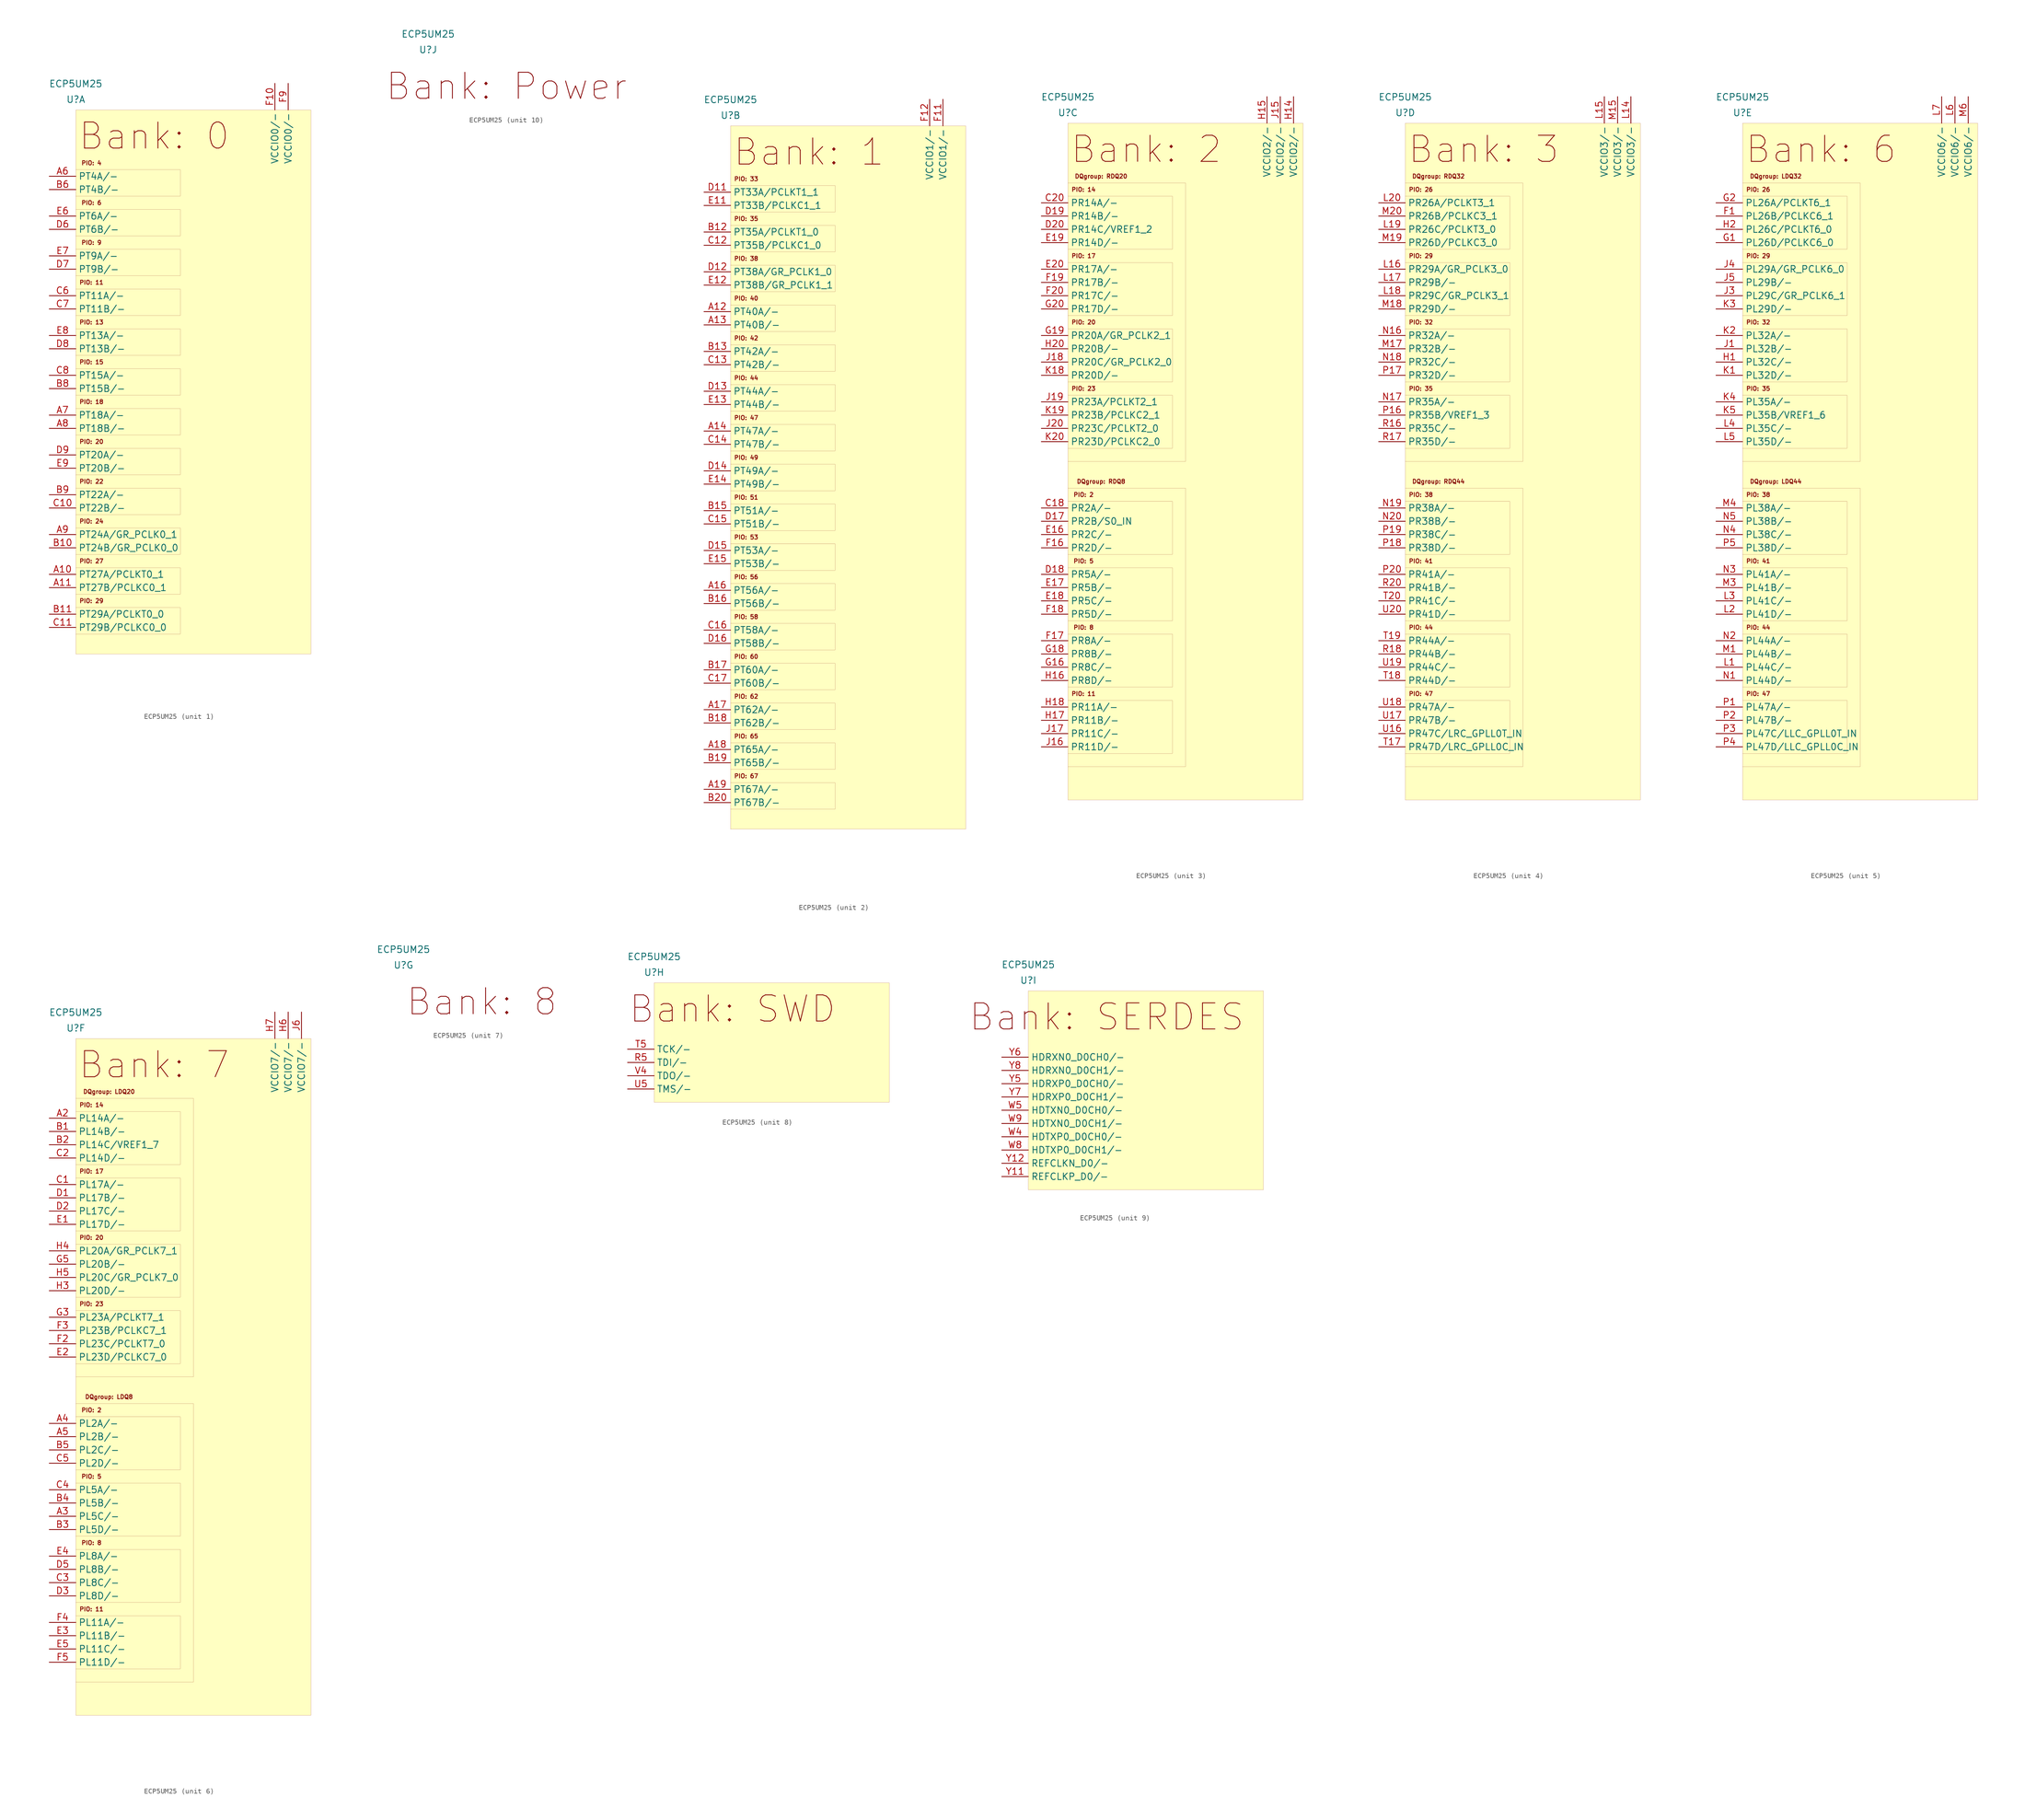
<source format=kicad_sym>
(kicad_symbol_lib
  (version 20201005)
  (generator kicad_symbol_editor)
  (symbol "ECP5UM25:ECP5UM25"
    (property "Reference" "U"
      (at 0 2 0)
      (effects (font (size 1.27 1.27))))
    (property "Value" "ECP5UM25"
      (at 0 5 0)
      (effects (font (size 1.27 1.27))))
    (symbol "ECP5UM25_1_0"
      (text "Bank: 0" (at 15 -5 0) (effects (font (size 5 5))))
      (pin input line (at -5.08 -12.7 0) (length 5.08) (name "PT4A/-" (effects (font (size 1.27 1.27)))) (number "A6" (effects (font (size 1.27 1.27)))))
      (pin input line (at -5.08 -15.24 0) (length 5.08) (name "PT4B/-" (effects (font (size 1.27 1.27)))) (number "B6" (effects (font (size 1.27 1.27)))))
      (text "PIO: 4" (at 3 -10.16 0) (effects (font (size 0.8 0.8))))
      (polyline (pts (xy 0 -16.51) (xy 20 -16.51) (xy 20 -11.43) (xy 0 -11.43)) (stroke (width 0.001)) (fill (type none)))
      (pin input line (at -5.08 -20.32 0) (length 5.08) (name "PT6A/-" (effects (font (size 1.27 1.27)))) (number "E6" (effects (font (size 1.27 1.27)))))
      (pin input line (at -5.08 -22.86 0) (length 5.08) (name "PT6B/-" (effects (font (size 1.27 1.27)))) (number "D6" (effects (font (size 1.27 1.27)))))
      (text "PIO: 6" (at 3 -17.78 0) (effects (font (size 0.8 0.8))))
      (polyline (pts (xy 0 -24.13) (xy 20 -24.13) (xy 20 -19.05) (xy 0 -19.05)) (stroke (width 0.001)) (fill (type none)))
      (pin input line (at -5.08 -27.94 0) (length 5.08) (name "PT9A/-" (effects (font (size 1.27 1.27)))) (number "E7" (effects (font (size 1.27 1.27)))))
      (pin input line (at -5.08 -30.48 0) (length 5.08) (name "PT9B/-" (effects (font (size 1.27 1.27)))) (number "D7" (effects (font (size 1.27 1.27)))))
      (text "PIO: 9" (at 3 -25.4 0) (effects (font (size 0.8 0.8))))
      (polyline (pts (xy 0 -31.75) (xy 20 -31.75) (xy 20 -26.67) (xy 0 -26.67)) (stroke (width 0.001)) (fill (type none)))
      (pin input line (at -5.08 -35.56 0) (length 5.08) (name "PT11A/-" (effects (font (size 1.27 1.27)))) (number "C6" (effects (font (size 1.27 1.27)))))
      (pin input line (at -5.08 -38.1 0) (length 5.08) (name "PT11B/-" (effects (font (size 1.27 1.27)))) (number "C7" (effects (font (size 1.27 1.27)))))
      (text "PIO: 11" (at 3 -33.02 0) (effects (font (size 0.8 0.8))))
      (polyline (pts (xy 0 -39.37) (xy 20 -39.37) (xy 20 -34.29) (xy 0 -34.29)) (stroke (width 0.001)) (fill (type none)))
      (pin input line (at -5.08 -43.18 0) (length 5.08) (name "PT13A/-" (effects (font (size 1.27 1.27)))) (number "E8" (effects (font (size 1.27 1.27)))))
      (pin input line (at -5.08 -45.72 0) (length 5.08) (name "PT13B/-" (effects (font (size 1.27 1.27)))) (number "D8" (effects (font (size 1.27 1.27)))))
      (text "PIO: 13" (at 3 -40.64 0) (effects (font (size 0.8 0.8))))
      (polyline (pts (xy 0 -46.99) (xy 20 -46.99) (xy 20 -41.91) (xy 0 -41.91)) (stroke (width 0.001)) (fill (type none)))
      (pin input line (at -5.08 -50.8 0) (length 5.08) (name "PT15A/-" (effects (font (size 1.27 1.27)))) (number "C8" (effects (font (size 1.27 1.27)))))
      (pin input line (at -5.08 -53.34 0) (length 5.08) (name "PT15B/-" (effects (font (size 1.27 1.27)))) (number "B8" (effects (font (size 1.27 1.27)))))
      (text "PIO: 15" (at 3 -48.26 0) (effects (font (size 0.8 0.8))))
      (polyline (pts (xy 0 -54.61) (xy 20 -54.61) (xy 20 -49.53) (xy 0 -49.53)) (stroke (width 0.001)) (fill (type none)))
      (pin input line (at -5.08 -58.42 0) (length 5.08) (name "PT18A/-" (effects (font (size 1.27 1.27)))) (number "A7" (effects (font (size 1.27 1.27)))))
      (pin input line (at -5.08 -60.96 0) (length 5.08) (name "PT18B/-" (effects (font (size 1.27 1.27)))) (number "A8" (effects (font (size 1.27 1.27)))))
      (text "PIO: 18" (at 3 -55.88 0) (effects (font (size 0.8 0.8))))
      (polyline (pts (xy 0 -62.23) (xy 20 -62.23) (xy 20 -57.15) (xy 0 -57.15)) (stroke (width 0.001)) (fill (type none)))
      (pin input line (at -5.08 -66.04 0) (length 5.08) (name "PT20A/-" (effects (font (size 1.27 1.27)))) (number "D9" (effects (font (size 1.27 1.27)))))
      (pin input line (at -5.08 -68.58 0) (length 5.08) (name "PT20B/-" (effects (font (size 1.27 1.27)))) (number "E9" (effects (font (size 1.27 1.27)))))
      (text "PIO: 20" (at 3 -63.5 0) (effects (font (size 0.8 0.8))))
      (polyline (pts (xy 0 -69.85) (xy 20 -69.85) (xy 20 -64.77) (xy 0 -64.77)) (stroke (width 0.001)) (fill (type none)))
      (pin input line (at -5.08 -73.66 0) (length 5.08) (name "PT22A/-" (effects (font (size 1.27 1.27)))) (number "B9" (effects (font (size 1.27 1.27)))))
      (pin input line (at -5.08 -76.2 0) (length 5.08) (name "PT22B/-" (effects (font (size 1.27 1.27)))) (number "C10" (effects (font (size 1.27 1.27)))))
      (text "PIO: 22" (at 3 -71.12 0) (effects (font (size 0.8 0.8))))
      (polyline (pts (xy 0 -77.47) (xy 20 -77.47) (xy 20 -72.39) (xy 0 -72.39)) (stroke (width 0.001)) (fill (type none)))
      (pin input line (at -5.08 -81.28 0) (length 5.08) (name "PT24A/GR_PCLK0_1" (effects (font (size 1.27 1.27)))) (number "A9" (effects (font (size 1.27 1.27)))))
      (pin input line (at -5.08 -83.82 0) (length 5.08) (name "PT24B/GR_PCLK0_0" (effects (font (size 1.27 1.27)))) (number "B10" (effects (font (size 1.27 1.27)))))
      (text "PIO: 24" (at 3 -78.74 0) (effects (font (size 0.8 0.8))))
      (polyline (pts (xy 0 -85.09) (xy 20 -85.09) (xy 20 -80.01) (xy 0 -80.01)) (stroke (width 0.001)) (fill (type none)))
      (pin input line (at -5.08 -88.9 0) (length 5.08) (name "PT27A/PCLKT0_1" (effects (font (size 1.27 1.27)))) (number "A10" (effects (font (size 1.27 1.27)))))
      (pin input line (at -5.08 -91.44 0) (length 5.08) (name "PT27B/PCLKC0_1" (effects (font (size 1.27 1.27)))) (number "A11" (effects (font (size 1.27 1.27)))))
      (text "PIO: 27" (at 3 -86.36 0) (effects (font (size 0.8 0.8))))
      (polyline (pts (xy 0 -92.71) (xy 20 -92.71) (xy 20 -87.63) (xy 0 -87.63)) (stroke (width 0.001)) (fill (type none)))
      (pin input line (at -5.08 -96.52 0) (length 5.08) (name "PT29A/PCLKT0_0" (effects (font (size 1.27 1.27)))) (number "B11" (effects (font (size 1.27 1.27)))))
      (pin input line (at -5.08 -99.06 0) (length 5.08) (name "PT29B/PCLKC0_0" (effects (font (size 1.27 1.27)))) (number "C11" (effects (font (size 1.27 1.27)))))
      (text "PIO: 29" (at 3 -93.98 0) (effects (font (size 0.8 0.8))))
      (polyline (pts (xy 0 -100.33) (xy 20 -100.33) (xy 20 -95.25) (xy 0 -95.25)) (stroke (width 0.001)) (fill (type none)))
      (rectangle (start 0 0) (end 45 -104.14) (stroke (width 0.001)) (fill (type background)))
      (pin input line (at 38.1 5.08 270) (length 5.08) (name "VCCIO0/-" (effects (font (size 1.27 1.27)))) (number "F10" (effects (font (size 1.27 1.27)))))
      (pin input line (at 40.64 5.08 270) (length 5.08) (name "VCCIO0/-" (effects (font (size 1.27 1.27)))) (number "F9" (effects (font (size 1.27 1.27))))))
    (symbol "ECP5UM25_2_0"
      (text "Bank: 1" (at 15 -5 0) (effects (font (size 5 5))))
      (pin input line (at -5.08 -12.7 0) (length 5.08) (name "PT33A/PCLKT1_1" (effects (font (size 1.27 1.27)))) (number "D11" (effects (font (size 1.27 1.27)))))
      (pin input line (at -5.08 -15.24 0) (length 5.08) (name "PT33B/PCLKC1_1" (effects (font (size 1.27 1.27)))) (number "E11" (effects (font (size 1.27 1.27)))))
      (text "PIO: 33" (at 3 -10.16 0) (effects (font (size 0.8 0.8))))
      (polyline (pts (xy 0 -16.51) (xy 20 -16.51) (xy 20 -11.43) (xy 0 -11.43)) (stroke (width 0.001)) (fill (type none)))
      (pin input line (at -5.08 -20.32 0) (length 5.08) (name "PT35A/PCLKT1_0" (effects (font (size 1.27 1.27)))) (number "B12" (effects (font (size 1.27 1.27)))))
      (pin input line (at -5.08 -22.86 0) (length 5.08) (name "PT35B/PCLKC1_0" (effects (font (size 1.27 1.27)))) (number "C12" (effects (font (size 1.27 1.27)))))
      (text "PIO: 35" (at 3 -17.78 0) (effects (font (size 0.8 0.8))))
      (polyline (pts (xy 0 -24.13) (xy 20 -24.13) (xy 20 -19.05) (xy 0 -19.05)) (stroke (width 0.001)) (fill (type none)))
      (pin input line (at -5.08 -27.94 0) (length 5.08) (name "PT38A/GR_PCLK1_0" (effects (font (size 1.27 1.27)))) (number "D12" (effects (font (size 1.27 1.27)))))
      (pin input line (at -5.08 -30.48 0) (length 5.08) (name "PT38B/GR_PCLK1_1" (effects (font (size 1.27 1.27)))) (number "E12" (effects (font (size 1.27 1.27)))))
      (text "PIO: 38" (at 3 -25.4 0) (effects (font (size 0.8 0.8))))
      (polyline (pts (xy 0 -31.75) (xy 20 -31.75) (xy 20 -26.67) (xy 0 -26.67)) (stroke (width 0.001)) (fill (type none)))
      (pin input line (at -5.08 -35.56 0) (length 5.08) (name "PT40A/-" (effects (font (size 1.27 1.27)))) (number "A12" (effects (font (size 1.27 1.27)))))
      (pin input line (at -5.08 -38.1 0) (length 5.08) (name "PT40B/-" (effects (font (size 1.27 1.27)))) (number "A13" (effects (font (size 1.27 1.27)))))
      (text "PIO: 40" (at 3 -33.02 0) (effects (font (size 0.8 0.8))))
      (polyline (pts (xy 0 -39.37) (xy 20 -39.37) (xy 20 -34.29) (xy 0 -34.29)) (stroke (width 0.001)) (fill (type none)))
      (pin input line (at -5.08 -43.18 0) (length 5.08) (name "PT42A/-" (effects (font (size 1.27 1.27)))) (number "B13" (effects (font (size 1.27 1.27)))))
      (pin input line (at -5.08 -45.72 0) (length 5.08) (name "PT42B/-" (effects (font (size 1.27 1.27)))) (number "C13" (effects (font (size 1.27 1.27)))))
      (text "PIO: 42" (at 3 -40.64 0) (effects (font (size 0.8 0.8))))
      (polyline (pts (xy 0 -46.99) (xy 20 -46.99) (xy 20 -41.91) (xy 0 -41.91)) (stroke (width 0.001)) (fill (type none)))
      (pin input line (at -5.08 -50.8 0) (length 5.08) (name "PT44A/-" (effects (font (size 1.27 1.27)))) (number "D13" (effects (font (size 1.27 1.27)))))
      (pin input line (at -5.08 -53.34 0) (length 5.08) (name "PT44B/-" (effects (font (size 1.27 1.27)))) (number "E13" (effects (font (size 1.27 1.27)))))
      (text "PIO: 44" (at 3 -48.26 0) (effects (font (size 0.8 0.8))))
      (polyline (pts (xy 0 -54.61) (xy 20 -54.61) (xy 20 -49.53) (xy 0 -49.53)) (stroke (width 0.001)) (fill (type none)))
      (pin input line (at -5.08 -58.42 0) (length 5.08) (name "PT47A/-" (effects (font (size 1.27 1.27)))) (number "A14" (effects (font (size 1.27 1.27)))))
      (pin input line (at -5.08 -60.96 0) (length 5.08) (name "PT47B/-" (effects (font (size 1.27 1.27)))) (number "C14" (effects (font (size 1.27 1.27)))))
      (text "PIO: 47" (at 3 -55.88 0) (effects (font (size 0.8 0.8))))
      (polyline (pts (xy 0 -62.23) (xy 20 -62.23) (xy 20 -57.15) (xy 0 -57.15)) (stroke (width 0.001)) (fill (type none)))
      (pin input line (at -5.08 -66.04 0) (length 5.08) (name "PT49A/-" (effects (font (size 1.27 1.27)))) (number "D14" (effects (font (size 1.27 1.27)))))
      (pin input line (at -5.08 -68.58 0) (length 5.08) (name "PT49B/-" (effects (font (size 1.27 1.27)))) (number "E14" (effects (font (size 1.27 1.27)))))
      (text "PIO: 49" (at 3 -63.5 0) (effects (font (size 0.8 0.8))))
      (polyline (pts (xy 0 -69.85) (xy 20 -69.85) (xy 20 -64.77) (xy 0 -64.77)) (stroke (width 0.001)) (fill (type none)))
      (pin input line (at -5.08 -73.66 0) (length 5.08) (name "PT51A/-" (effects (font (size 1.27 1.27)))) (number "B15" (effects (font (size 1.27 1.27)))))
      (pin input line (at -5.08 -76.2 0) (length 5.08) (name "PT51B/-" (effects (font (size 1.27 1.27)))) (number "C15" (effects (font (size 1.27 1.27)))))
      (text "PIO: 51" (at 3 -71.12 0) (effects (font (size 0.8 0.8))))
      (polyline (pts (xy 0 -77.47) (xy 20 -77.47) (xy 20 -72.39) (xy 0 -72.39)) (stroke (width 0.001)) (fill (type none)))
      (pin input line (at -5.08 -81.28 0) (length 5.08) (name "PT53A/-" (effects (font (size 1.27 1.27)))) (number "D15" (effects (font (size 1.27 1.27)))))
      (pin input line (at -5.08 -83.82 0) (length 5.08) (name "PT53B/-" (effects (font (size 1.27 1.27)))) (number "E15" (effects (font (size 1.27 1.27)))))
      (text "PIO: 53" (at 3 -78.74 0) (effects (font (size 0.8 0.8))))
      (polyline (pts (xy 0 -85.09) (xy 20 -85.09) (xy 20 -80.01) (xy 0 -80.01)) (stroke (width 0.001)) (fill (type none)))
      (pin input line (at -5.08 -88.9 0) (length 5.08) (name "PT56A/-" (effects (font (size 1.27 1.27)))) (number "A16" (effects (font (size 1.27 1.27)))))
      (pin input line (at -5.08 -91.44 0) (length 5.08) (name "PT56B/-" (effects (font (size 1.27 1.27)))) (number "B16" (effects (font (size 1.27 1.27)))))
      (text "PIO: 56" (at 3 -86.36 0) (effects (font (size 0.8 0.8))))
      (polyline (pts (xy 0 -92.71) (xy 20 -92.71) (xy 20 -87.63) (xy 0 -87.63)) (stroke (width 0.001)) (fill (type none)))
      (pin input line (at -5.08 -96.52 0) (length 5.08) (name "PT58A/-" (effects (font (size 1.27 1.27)))) (number "C16" (effects (font (size 1.27 1.27)))))
      (pin input line (at -5.08 -99.06 0) (length 5.08) (name "PT58B/-" (effects (font (size 1.27 1.27)))) (number "D16" (effects (font (size 1.27 1.27)))))
      (text "PIO: 58" (at 3 -93.98 0) (effects (font (size 0.8 0.8))))
      (polyline (pts (xy 0 -100.33) (xy 20 -100.33) (xy 20 -95.25) (xy 0 -95.25)) (stroke (width 0.001)) (fill (type none)))
      (pin input line (at -5.08 -104.14 0) (length 5.08) (name "PT60A/-" (effects (font (size 1.27 1.27)))) (number "B17" (effects (font (size 1.27 1.27)))))
      (pin input line (at -5.08 -106.68 0) (length 5.08) (name "PT60B/-" (effects (font (size 1.27 1.27)))) (number "C17" (effects (font (size 1.27 1.27)))))
      (text "PIO: 60" (at 3 -101.6 0) (effects (font (size 0.8 0.8))))
      (polyline (pts (xy 0 -107.95) (xy 20 -107.95) (xy 20 -102.87) (xy 0 -102.87)) (stroke (width 0.001)) (fill (type none)))
      (pin input line (at -5.08 -111.76 0) (length 5.08) (name "PT62A/-" (effects (font (size 1.27 1.27)))) (number "A17" (effects (font (size 1.27 1.27)))))
      (pin input line (at -5.08 -114.3 0) (length 5.08) (name "PT62B/-" (effects (font (size 1.27 1.27)))) (number "B18" (effects (font (size 1.27 1.27)))))
      (text "PIO: 62" (at 3 -109.22 0) (effects (font (size 0.8 0.8))))
      (polyline (pts (xy 0 -115.57) (xy 20 -115.57) (xy 20 -110.49) (xy 0 -110.49)) (stroke (width 0.001)) (fill (type none)))
      (pin input line (at -5.08 -119.38 0) (length 5.08) (name "PT65A/-" (effects (font (size 1.27 1.27)))) (number "A18" (effects (font (size 1.27 1.27)))))
      (pin input line (at -5.08 -121.92 0) (length 5.08) (name "PT65B/-" (effects (font (size 1.27 1.27)))) (number "B19" (effects (font (size 1.27 1.27)))))
      (text "PIO: 65" (at 3 -116.84 0) (effects (font (size 0.8 0.8))))
      (polyline (pts (xy 0 -123.19) (xy 20 -123.19) (xy 20 -118.11) (xy 0 -118.11)) (stroke (width 0.001)) (fill (type none)))
      (pin input line (at -5.08 -127.0 0) (length 5.08) (name "PT67A/-" (effects (font (size 1.27 1.27)))) (number "A19" (effects (font (size 1.27 1.27)))))
      (pin input line (at -5.08 -129.54 0) (length 5.08) (name "PT67B/-" (effects (font (size 1.27 1.27)))) (number "B20" (effects (font (size 1.27 1.27)))))
      (text "PIO: 67" (at 3 -124.46 0) (effects (font (size 0.8 0.8))))
      (polyline (pts (xy 0 -130.81) (xy 20 -130.81) (xy 20 -125.73) (xy 0 -125.73)) (stroke (width 0.001)) (fill (type none)))
      (rectangle (start 0 0) (end 45 -134.62) (stroke (width 0.001)) (fill (type background)))
      (pin input line (at 38.1 5.08 270) (length 5.08) (name "VCCIO1/-" (effects (font (size 1.27 1.27)))) (number "F12" (effects (font (size 1.27 1.27)))))
      (pin input line (at 40.64 5.08 270) (length 5.08) (name "VCCIO1/-" (effects (font (size 1.27 1.27)))) (number "F11" (effects (font (size 1.27 1.27))))))
    (symbol "ECP5UM25_3_0"
      (text "Bank: 2" (at 15 -5 0) (effects (font (size 5 5))))
      (pin input line (at -5.08 -15.24 0) (length 5.08) (name "PR14A/-" (effects (font (size 1.27 1.27)))) (number "C20" (effects (font (size 1.27 1.27)))))
      (pin input line (at -5.08 -17.78 0) (length 5.08) (name "PR14B/-" (effects (font (size 1.27 1.27)))) (number "D19" (effects (font (size 1.27 1.27)))))
      (pin input line (at -5.08 -20.32 0) (length 5.08) (name "PR14C/VREF1_2" (effects (font (size 1.27 1.27)))) (number "D20" (effects (font (size 1.27 1.27)))))
      (pin input line (at -5.08 -22.86 0) (length 5.08) (name "PR14D/-" (effects (font (size 1.27 1.27)))) (number "E19" (effects (font (size 1.27 1.27)))))
      (text "PIO: 14" (at 3 -12.7 0) (effects (font (size 0.8 0.8))))
      (polyline (pts (xy 0 -24.13) (xy 20 -24.13) (xy 20 -13.97) (xy 0 -13.97)) (stroke (width 0.001)) (fill (type none)))
      (pin input line (at -5.08 -27.94 0) (length 5.08) (name "PR17A/-" (effects (font (size 1.27 1.27)))) (number "E20" (effects (font (size 1.27 1.27)))))
      (pin input line (at -5.08 -30.48 0) (length 5.08) (name "PR17B/-" (effects (font (size 1.27 1.27)))) (number "F19" (effects (font (size 1.27 1.27)))))
      (pin input line (at -5.08 -33.02 0) (length 5.08) (name "PR17C/-" (effects (font (size 1.27 1.27)))) (number "F20" (effects (font (size 1.27 1.27)))))
      (pin input line (at -5.08 -35.56 0) (length 5.08) (name "PR17D/-" (effects (font (size 1.27 1.27)))) (number "G20" (effects (font (size 1.27 1.27)))))
      (text "PIO: 17" (at 3 -25.4 0) (effects (font (size 0.8 0.8))))
      (polyline (pts (xy 0 -36.83) (xy 20 -36.83) (xy 20 -26.67) (xy 0 -26.67)) (stroke (width 0.001)) (fill (type none)))
      (pin input line (at -5.08 -40.64 0) (length 5.08) (name "PR20A/GR_PCLK2_1" (effects (font (size 1.27 1.27)))) (number "G19" (effects (font (size 1.27 1.27)))))
      (pin input line (at -5.08 -43.18 0) (length 5.08) (name "PR20B/-" (effects (font (size 1.27 1.27)))) (number "H20" (effects (font (size 1.27 1.27)))))
      (pin input line (at -5.08 -45.72 0) (length 5.08) (name "PR20C/GR_PCLK2_0" (effects (font (size 1.27 1.27)))) (number "J18" (effects (font (size 1.27 1.27)))))
      (pin input line (at -5.08 -48.26 0) (length 5.08) (name "PR20D/-" (effects (font (size 1.27 1.27)))) (number "K18" (effects (font (size 1.27 1.27)))))
      (text "PIO: 20" (at 3 -38.1 0) (effects (font (size 0.8 0.8))))
      (polyline (pts (xy 0 -49.53) (xy 20 -49.53) (xy 20 -39.37) (xy 0 -39.37)) (stroke (width 0.001)) (fill (type none)))
      (pin input line (at -5.08 -53.34 0) (length 5.08) (name "PR23A/PCLKT2_1" (effects (font (size 1.27 1.27)))) (number "J19" (effects (font (size 1.27 1.27)))))
      (pin input line (at -5.08 -55.88 0) (length 5.08) (name "PR23B/PCLKC2_1" (effects (font (size 1.27 1.27)))) (number "K19" (effects (font (size 1.27 1.27)))))
      (pin input line (at -5.08 -58.42 0) (length 5.08) (name "PR23C/PCLKT2_0" (effects (font (size 1.27 1.27)))) (number "J20" (effects (font (size 1.27 1.27)))))
      (pin input line (at -5.08 -60.96 0) (length 5.08) (name "PR23D/PCLKC2_0" (effects (font (size 1.27 1.27)))) (number "K20" (effects (font (size 1.27 1.27)))))
      (text "PIO: 23" (at 3 -50.8 0) (effects (font (size 0.8 0.8))))
      (polyline (pts (xy 0 -62.23) (xy 20 -62.23) (xy 20 -52.07) (xy 0 -52.07)) (stroke (width 0.001)) (fill (type none)))
      (text "DQgroup: RDQ20" (at 6.35 -10.16 0) (effects (font (size 0.8 0.8))))
      (polyline (pts (xy 0 -64.77) (xy 22.5 -64.77) (xy 22.5 -11.43) (xy 0 -11.43)) (stroke (width 0.001)) (fill (type none)))
      (pin input line (at -5.08 -73.66 0) (length 5.08) (name "PR2A/-" (effects (font (size 1.27 1.27)))) (number "C18" (effects (font (size 1.27 1.27)))))
      (pin input line (at -5.08 -76.2 0) (length 5.08) (name "PR2B/S0_IN" (effects (font (size 1.27 1.27)))) (number "D17" (effects (font (size 1.27 1.27)))))
      (pin input line (at -5.08 -78.74 0) (length 5.08) (name "PR2C/-" (effects (font (size 1.27 1.27)))) (number "E16" (effects (font (size 1.27 1.27)))))
      (pin input line (at -5.08 -81.28 0) (length 5.08) (name "PR2D/-" (effects (font (size 1.27 1.27)))) (number "F16" (effects (font (size 1.27 1.27)))))
      (text "PIO: 2" (at 3 -71.12 0) (effects (font (size 0.8 0.8))))
      (polyline (pts (xy 0 -82.55) (xy 20 -82.55) (xy 20 -72.39) (xy 0 -72.39)) (stroke (width 0.001)) (fill (type none)))
      (pin input line (at -5.08 -86.36 0) (length 5.08) (name "PR5A/-" (effects (font (size 1.27 1.27)))) (number "D18" (effects (font (size 1.27 1.27)))))
      (pin input line (at -5.08 -88.9 0) (length 5.08) (name "PR5B/-" (effects (font (size 1.27 1.27)))) (number "E17" (effects (font (size 1.27 1.27)))))
      (pin input line (at -5.08 -91.44 0) (length 5.08) (name "PR5C/-" (effects (font (size 1.27 1.27)))) (number "E18" (effects (font (size 1.27 1.27)))))
      (pin input line (at -5.08 -93.98 0) (length 5.08) (name "PR5D/-" (effects (font (size 1.27 1.27)))) (number "F18" (effects (font (size 1.27 1.27)))))
      (text "PIO: 5" (at 3 -83.82 0) (effects (font (size 0.8 0.8))))
      (polyline (pts (xy 0 -95.25) (xy 20 -95.25) (xy 20 -85.09) (xy 0 -85.09)) (stroke (width 0.001)) (fill (type none)))
      (pin input line (at -5.08 -99.06 0) (length 5.08) (name "PR8A/-" (effects (font (size 1.27 1.27)))) (number "F17" (effects (font (size 1.27 1.27)))))
      (pin input line (at -5.08 -101.6 0) (length 5.08) (name "PR8B/-" (effects (font (size 1.27 1.27)))) (number "G18" (effects (font (size 1.27 1.27)))))
      (pin input line (at -5.08 -104.14 0) (length 5.08) (name "PR8C/-" (effects (font (size 1.27 1.27)))) (number "G16" (effects (font (size 1.27 1.27)))))
      (pin input line (at -5.08 -106.68 0) (length 5.08) (name "PR8D/-" (effects (font (size 1.27 1.27)))) (number "H16" (effects (font (size 1.27 1.27)))))
      (text "PIO: 8" (at 3 -96.52 0) (effects (font (size 0.8 0.8))))
      (polyline (pts (xy 0 -107.95) (xy 20 -107.95) (xy 20 -97.79) (xy 0 -97.79)) (stroke (width 0.001)) (fill (type none)))
      (pin input line (at -5.08 -111.76 0) (length 5.08) (name "PR11A/-" (effects (font (size 1.27 1.27)))) (number "H18" (effects (font (size 1.27 1.27)))))
      (pin input line (at -5.08 -114.3 0) (length 5.08) (name "PR11B/-" (effects (font (size 1.27 1.27)))) (number "H17" (effects (font (size 1.27 1.27)))))
      (pin input line (at -5.08 -116.84 0) (length 5.08) (name "PR11C/-" (effects (font (size 1.27 1.27)))) (number "J17" (effects (font (size 1.27 1.27)))))
      (pin input line (at -5.08 -119.38 0) (length 5.08) (name "PR11D/-" (effects (font (size 1.27 1.27)))) (number "J16" (effects (font (size 1.27 1.27)))))
      (text "PIO: 11" (at 3 -109.22 0) (effects (font (size 0.8 0.8))))
      (polyline (pts (xy 0 -120.65) (xy 20 -120.65) (xy 20 -110.49) (xy 0 -110.49)) (stroke (width 0.001)) (fill (type none)))
      (text "DQgroup: RDQ8" (at 6.35 -68.58 0) (effects (font (size 0.8 0.8))))
      (polyline (pts (xy 0 -123.19) (xy 22.5 -123.19) (xy 22.5 -69.85) (xy 0 -69.85)) (stroke (width 0.001)) (fill (type none)))
      (rectangle (start 0 0) (end 45 -129.54) (stroke (width 0.001)) (fill (type background)))
      (pin input line (at 38.1 5.08 270) (length 5.08) (name "VCCIO2/-" (effects (font (size 1.27 1.27)))) (number "H15" (effects (font (size 1.27 1.27)))))
      (pin input line (at 40.64 5.08 270) (length 5.08) (name "VCCIO2/-" (effects (font (size 1.27 1.27)))) (number "J15" (effects (font (size 1.27 1.27)))))
      (pin input line (at 43.18 5.08 270) (length 5.08) (name "VCCIO2/-" (effects (font (size 1.27 1.27)))) (number "H14" (effects (font (size 1.27 1.27))))))
    (symbol "ECP5UM25_4_0"
      (text "Bank: 3" (at 15 -5 0) (effects (font (size 5 5))))
      (pin input line (at -5.08 -15.24 0) (length 5.08) (name "PR26A/PCLKT3_1" (effects (font (size 1.27 1.27)))) (number "L20" (effects (font (size 1.27 1.27)))))
      (pin input line (at -5.08 -17.78 0) (length 5.08) (name "PR26B/PCLKC3_1" (effects (font (size 1.27 1.27)))) (number "M20" (effects (font (size 1.27 1.27)))))
      (pin input line (at -5.08 -20.32 0) (length 5.08) (name "PR26C/PCLKT3_0" (effects (font (size 1.27 1.27)))) (number "L19" (effects (font (size 1.27 1.27)))))
      (pin input line (at -5.08 -22.86 0) (length 5.08) (name "PR26D/PCLKC3_0" (effects (font (size 1.27 1.27)))) (number "M19" (effects (font (size 1.27 1.27)))))
      (text "PIO: 26" (at 3 -12.7 0) (effects (font (size 0.8 0.8))))
      (polyline (pts (xy 0 -24.13) (xy 20 -24.13) (xy 20 -13.97) (xy 0 -13.97)) (stroke (width 0.001)) (fill (type none)))
      (pin input line (at -5.08 -27.94 0) (length 5.08) (name "PR29A/GR_PCLK3_0" (effects (font (size 1.27 1.27)))) (number "L16" (effects (font (size 1.27 1.27)))))
      (pin input line (at -5.08 -30.48 0) (length 5.08) (name "PR29B/-" (effects (font (size 1.27 1.27)))) (number "L17" (effects (font (size 1.27 1.27)))))
      (pin input line (at -5.08 -33.02 0) (length 5.08) (name "PR29C/GR_PCLK3_1" (effects (font (size 1.27 1.27)))) (number "L18" (effects (font (size 1.27 1.27)))))
      (pin input line (at -5.08 -35.56 0) (length 5.08) (name "PR29D/-" (effects (font (size 1.27 1.27)))) (number "M18" (effects (font (size 1.27 1.27)))))
      (text "PIO: 29" (at 3 -25.4 0) (effects (font (size 0.8 0.8))))
      (polyline (pts (xy 0 -36.83) (xy 20 -36.83) (xy 20 -26.67) (xy 0 -26.67)) (stroke (width 0.001)) (fill (type none)))
      (pin input line (at -5.08 -40.64 0) (length 5.08) (name "PR32A/-" (effects (font (size 1.27 1.27)))) (number "N16" (effects (font (size 1.27 1.27)))))
      (pin input line (at -5.08 -43.18 0) (length 5.08) (name "PR32B/-" (effects (font (size 1.27 1.27)))) (number "M17" (effects (font (size 1.27 1.27)))))
      (pin input line (at -5.08 -45.72 0) (length 5.08) (name "PR32C/-" (effects (font (size 1.27 1.27)))) (number "N18" (effects (font (size 1.27 1.27)))))
      (pin input line (at -5.08 -48.26 0) (length 5.08) (name "PR32D/-" (effects (font (size 1.27 1.27)))) (number "P17" (effects (font (size 1.27 1.27)))))
      (text "PIO: 32" (at 3 -38.1 0) (effects (font (size 0.8 0.8))))
      (polyline (pts (xy 0 -49.53) (xy 20 -49.53) (xy 20 -39.37) (xy 0 -39.37)) (stroke (width 0.001)) (fill (type none)))
      (pin input line (at -5.08 -53.34 0) (length 5.08) (name "PR35A/-" (effects (font (size 1.27 1.27)))) (number "N17" (effects (font (size 1.27 1.27)))))
      (pin input line (at -5.08 -55.88 0) (length 5.08) (name "PR35B/VREF1_3" (effects (font (size 1.27 1.27)))) (number "P16" (effects (font (size 1.27 1.27)))))
      (pin input line (at -5.08 -58.42 0) (length 5.08) (name "PR35C/-" (effects (font (size 1.27 1.27)))) (number "R16" (effects (font (size 1.27 1.27)))))
      (pin input line (at -5.08 -60.96 0) (length 5.08) (name "PR35D/-" (effects (font (size 1.27 1.27)))) (number "R17" (effects (font (size 1.27 1.27)))))
      (text "PIO: 35" (at 3 -50.8 0) (effects (font (size 0.8 0.8))))
      (polyline (pts (xy 0 -62.23) (xy 20 -62.23) (xy 20 -52.07) (xy 0 -52.07)) (stroke (width 0.001)) (fill (type none)))
      (text "DQgroup: RDQ32" (at 6.35 -10.16 0) (effects (font (size 0.8 0.8))))
      (polyline (pts (xy 0 -64.77) (xy 22.5 -64.77) (xy 22.5 -11.43) (xy 0 -11.43)) (stroke (width 0.001)) (fill (type none)))
      (pin input line (at -5.08 -73.66 0) (length 5.08) (name "PR38A/-" (effects (font (size 1.27 1.27)))) (number "N19" (effects (font (size 1.27 1.27)))))
      (pin input line (at -5.08 -76.2 0) (length 5.08) (name "PR38B/-" (effects (font (size 1.27 1.27)))) (number "N20" (effects (font (size 1.27 1.27)))))
      (pin input line (at -5.08 -78.74 0) (length 5.08) (name "PR38C/-" (effects (font (size 1.27 1.27)))) (number "P19" (effects (font (size 1.27 1.27)))))
      (pin input line (at -5.08 -81.28 0) (length 5.08) (name "PR38D/-" (effects (font (size 1.27 1.27)))) (number "P18" (effects (font (size 1.27 1.27)))))
      (text "PIO: 38" (at 3 -71.12 0) (effects (font (size 0.8 0.8))))
      (polyline (pts (xy 0 -82.55) (xy 20 -82.55) (xy 20 -72.39) (xy 0 -72.39)) (stroke (width 0.001)) (fill (type none)))
      (pin input line (at -5.08 -86.36 0) (length 5.08) (name "PR41A/-" (effects (font (size 1.27 1.27)))) (number "P20" (effects (font (size 1.27 1.27)))))
      (pin input line (at -5.08 -88.9 0) (length 5.08) (name "PR41B/-" (effects (font (size 1.27 1.27)))) (number "R20" (effects (font (size 1.27 1.27)))))
      (pin input line (at -5.08 -91.44 0) (length 5.08) (name "PR41C/-" (effects (font (size 1.27 1.27)))) (number "T20" (effects (font (size 1.27 1.27)))))
      (pin input line (at -5.08 -93.98 0) (length 5.08) (name "PR41D/-" (effects (font (size 1.27 1.27)))) (number "U20" (effects (font (size 1.27 1.27)))))
      (text "PIO: 41" (at 3 -83.82 0) (effects (font (size 0.8 0.8))))
      (polyline (pts (xy 0 -95.25) (xy 20 -95.25) (xy 20 -85.09) (xy 0 -85.09)) (stroke (width 0.001)) (fill (type none)))
      (pin input line (at -5.08 -99.06 0) (length 5.08) (name "PR44A/-" (effects (font (size 1.27 1.27)))) (number "T19" (effects (font (size 1.27 1.27)))))
      (pin input line (at -5.08 -101.6 0) (length 5.08) (name "PR44B/-" (effects (font (size 1.27 1.27)))) (number "R18" (effects (font (size 1.27 1.27)))))
      (pin input line (at -5.08 -104.14 0) (length 5.08) (name "PR44C/-" (effects (font (size 1.27 1.27)))) (number "U19" (effects (font (size 1.27 1.27)))))
      (pin input line (at -5.08 -106.68 0) (length 5.08) (name "PR44D/-" (effects (font (size 1.27 1.27)))) (number "T18" (effects (font (size 1.27 1.27)))))
      (text "PIO: 44" (at 3 -96.52 0) (effects (font (size 0.8 0.8))))
      (polyline (pts (xy 0 -107.95) (xy 20 -107.95) (xy 20 -97.79) (xy 0 -97.79)) (stroke (width 0.001)) (fill (type none)))
      (pin input line (at -5.08 -111.76 0) (length 5.08) (name "PR47A/-" (effects (font (size 1.27 1.27)))) (number "U18" (effects (font (size 1.27 1.27)))))
      (pin input line (at -5.08 -114.3 0) (length 5.08) (name "PR47B/-" (effects (font (size 1.27 1.27)))) (number "U17" (effects (font (size 1.27 1.27)))))
      (pin input line (at -5.08 -116.84 0) (length 5.08) (name "PR47C/LRC_GPLL0T_IN" (effects (font (size 1.27 1.27)))) (number "U16" (effects (font (size 1.27 1.27)))))
      (pin input line (at -5.08 -119.38 0) (length 5.08) (name "PR47D/LRC_GPLL0C_IN" (effects (font (size 1.27 1.27)))) (number "T17" (effects (font (size 1.27 1.27)))))
      (text "PIO: 47" (at 3 -109.22 0) (effects (font (size 0.8 0.8))))
      (polyline (pts (xy 0 -120.65) (xy 20 -120.65) (xy 20 -110.49) (xy 0 -110.49)) (stroke (width 0.001)) (fill (type none)))
      (text "DQgroup: RDQ44" (at 6.35 -68.58 0) (effects (font (size 0.8 0.8))))
      (polyline (pts (xy 0 -123.19) (xy 22.5 -123.19) (xy 22.5 -69.85) (xy 0 -69.85)) (stroke (width 0.001)) (fill (type none)))
      (rectangle (start 0 0) (end 45 -129.54) (stroke (width 0.001)) (fill (type background)))
      (pin input line (at 38.1 5.08 270) (length 5.08) (name "VCCIO3/-" (effects (font (size 1.27 1.27)))) (number "L15" (effects (font (size 1.27 1.27)))))
      (pin input line (at 40.64 5.08 270) (length 5.08) (name "VCCIO3/-" (effects (font (size 1.27 1.27)))) (number "M15" (effects (font (size 1.27 1.27)))))
      (pin input line (at 43.18 5.08 270) (length 5.08) (name "VCCIO3/-" (effects (font (size 1.27 1.27)))) (number "L14" (effects (font (size 1.27 1.27))))))
    (symbol "ECP5UM25_5_0"
      (text "Bank: 6" (at 15 -5 0) (effects (font (size 5 5))))
      (pin input line (at -5.08 -15.24 0) (length 5.08) (name "PL26A/PCLKT6_1" (effects (font (size 1.27 1.27)))) (number "G2" (effects (font (size 1.27 1.27)))))
      (pin input line (at -5.08 -17.78 0) (length 5.08) (name "PL26B/PCLKC6_1" (effects (font (size 1.27 1.27)))) (number "F1" (effects (font (size 1.27 1.27)))))
      (pin input line (at -5.08 -20.32 0) (length 5.08) (name "PL26C/PCLKT6_0" (effects (font (size 1.27 1.27)))) (number "H2" (effects (font (size 1.27 1.27)))))
      (pin input line (at -5.08 -22.86 0) (length 5.08) (name "PL26D/PCLKC6_0" (effects (font (size 1.27 1.27)))) (number "G1" (effects (font (size 1.27 1.27)))))
      (text "PIO: 26" (at 3 -12.7 0) (effects (font (size 0.8 0.8))))
      (polyline (pts (xy 0 -24.13) (xy 20 -24.13) (xy 20 -13.97) (xy 0 -13.97)) (stroke (width 0.001)) (fill (type none)))
      (pin input line (at -5.08 -27.94 0) (length 5.08) (name "PL29A/GR_PCLK6_0" (effects (font (size 1.27 1.27)))) (number "J4" (effects (font (size 1.27 1.27)))))
      (pin input line (at -5.08 -30.48 0) (length 5.08) (name "PL29B/-" (effects (font (size 1.27 1.27)))) (number "J5" (effects (font (size 1.27 1.27)))))
      (pin input line (at -5.08 -33.02 0) (length 5.08) (name "PL29C/GR_PCLK6_1" (effects (font (size 1.27 1.27)))) (number "J3" (effects (font (size 1.27 1.27)))))
      (pin input line (at -5.08 -35.56 0) (length 5.08) (name "PL29D/-" (effects (font (size 1.27 1.27)))) (number "K3" (effects (font (size 1.27 1.27)))))
      (text "PIO: 29" (at 3 -25.4 0) (effects (font (size 0.8 0.8))))
      (polyline (pts (xy 0 -36.83) (xy 20 -36.83) (xy 20 -26.67) (xy 0 -26.67)) (stroke (width 0.001)) (fill (type none)))
      (pin input line (at -5.08 -40.64 0) (length 5.08) (name "PL32A/-" (effects (font (size 1.27 1.27)))) (number "K2" (effects (font (size 1.27 1.27)))))
      (pin input line (at -5.08 -43.18 0) (length 5.08) (name "PL32B/-" (effects (font (size 1.27 1.27)))) (number "J1" (effects (font (size 1.27 1.27)))))
      (pin input line (at -5.08 -45.72 0) (length 5.08) (name "PL32C/-" (effects (font (size 1.27 1.27)))) (number "H1" (effects (font (size 1.27 1.27)))))
      (pin input line (at -5.08 -48.26 0) (length 5.08) (name "PL32D/-" (effects (font (size 1.27 1.27)))) (number "K1" (effects (font (size 1.27 1.27)))))
      (text "PIO: 32" (at 3 -38.1 0) (effects (font (size 0.8 0.8))))
      (polyline (pts (xy 0 -49.53) (xy 20 -49.53) (xy 20 -39.37) (xy 0 -39.37)) (stroke (width 0.001)) (fill (type none)))
      (pin input line (at -5.08 -53.34 0) (length 5.08) (name "PL35A/-" (effects (font (size 1.27 1.27)))) (number "K4" (effects (font (size 1.27 1.27)))))
      (pin input line (at -5.08 -55.88 0) (length 5.08) (name "PL35B/VREF1_6" (effects (font (size 1.27 1.27)))) (number "K5" (effects (font (size 1.27 1.27)))))
      (pin input line (at -5.08 -58.42 0) (length 5.08) (name "PL35C/-" (effects (font (size 1.27 1.27)))) (number "L4" (effects (font (size 1.27 1.27)))))
      (pin input line (at -5.08 -60.96 0) (length 5.08) (name "PL35D/-" (effects (font (size 1.27 1.27)))) (number "L5" (effects (font (size 1.27 1.27)))))
      (text "PIO: 35" (at 3 -50.8 0) (effects (font (size 0.8 0.8))))
      (polyline (pts (xy 0 -62.23) (xy 20 -62.23) (xy 20 -52.07) (xy 0 -52.07)) (stroke (width 0.001)) (fill (type none)))
      (text "DQgroup: LDQ32" (at 6.35 -10.16 0) (effects (font (size 0.8 0.8))))
      (polyline (pts (xy 0 -64.77) (xy 22.5 -64.77) (xy 22.5 -11.43) (xy 0 -11.43)) (stroke (width 0.001)) (fill (type none)))
      (pin input line (at -5.08 -73.66 0) (length 5.08) (name "PL38A/-" (effects (font (size 1.27 1.27)))) (number "M4" (effects (font (size 1.27 1.27)))))
      (pin input line (at -5.08 -76.2 0) (length 5.08) (name "PL38B/-" (effects (font (size 1.27 1.27)))) (number "N5" (effects (font (size 1.27 1.27)))))
      (pin input line (at -5.08 -78.74 0) (length 5.08) (name "PL38C/-" (effects (font (size 1.27 1.27)))) (number "N4" (effects (font (size 1.27 1.27)))))
      (pin input line (at -5.08 -81.28 0) (length 5.08) (name "PL38D/-" (effects (font (size 1.27 1.27)))) (number "P5" (effects (font (size 1.27 1.27)))))
      (text "PIO: 38" (at 3 -71.12 0) (effects (font (size 0.8 0.8))))
      (polyline (pts (xy 0 -82.55) (xy 20 -82.55) (xy 20 -72.39) (xy 0 -72.39)) (stroke (width 0.001)) (fill (type none)))
      (pin input line (at -5.08 -86.36 0) (length 5.08) (name "PL41A/-" (effects (font (size 1.27 1.27)))) (number "N3" (effects (font (size 1.27 1.27)))))
      (pin input line (at -5.08 -88.9 0) (length 5.08) (name "PL41B/-" (effects (font (size 1.27 1.27)))) (number "M3" (effects (font (size 1.27 1.27)))))
      (pin input line (at -5.08 -91.44 0) (length 5.08) (name "PL41C/-" (effects (font (size 1.27 1.27)))) (number "L3" (effects (font (size 1.27 1.27)))))
      (pin input line (at -5.08 -93.98 0) (length 5.08) (name "PL41D/-" (effects (font (size 1.27 1.27)))) (number "L2" (effects (font (size 1.27 1.27)))))
      (text "PIO: 41" (at 3 -83.82 0) (effects (font (size 0.8 0.8))))
      (polyline (pts (xy 0 -95.25) (xy 20 -95.25) (xy 20 -85.09) (xy 0 -85.09)) (stroke (width 0.001)) (fill (type none)))
      (pin input line (at -5.08 -99.06 0) (length 5.08) (name "PL44A/-" (effects (font (size 1.27 1.27)))) (number "N2" (effects (font (size 1.27 1.27)))))
      (pin input line (at -5.08 -101.6 0) (length 5.08) (name "PL44B/-" (effects (font (size 1.27 1.27)))) (number "M1" (effects (font (size 1.27 1.27)))))
      (pin input line (at -5.08 -104.14 0) (length 5.08) (name "PL44C/-" (effects (font (size 1.27 1.27)))) (number "L1" (effects (font (size 1.27 1.27)))))
      (pin input line (at -5.08 -106.68 0) (length 5.08) (name "PL44D/-" (effects (font (size 1.27 1.27)))) (number "N1" (effects (font (size 1.27 1.27)))))
      (text "PIO: 44" (at 3 -96.52 0) (effects (font (size 0.8 0.8))))
      (polyline (pts (xy 0 -107.95) (xy 20 -107.95) (xy 20 -97.79) (xy 0 -97.79)) (stroke (width 0.001)) (fill (type none)))
      (pin input line (at -5.08 -111.76 0) (length 5.08) (name "PL47A/-" (effects (font (size 1.27 1.27)))) (number "P1" (effects (font (size 1.27 1.27)))))
      (pin input line (at -5.08 -114.3 0) (length 5.08) (name "PL47B/-" (effects (font (size 1.27 1.27)))) (number "P2" (effects (font (size 1.27 1.27)))))
      (pin input line (at -5.08 -116.84 0) (length 5.08) (name "PL47C/LLC_GPLL0T_IN" (effects (font (size 1.27 1.27)))) (number "P3" (effects (font (size 1.27 1.27)))))
      (pin input line (at -5.08 -119.38 0) (length 5.08) (name "PL47D/LLC_GPLL0C_IN" (effects (font (size 1.27 1.27)))) (number "P4" (effects (font (size 1.27 1.27)))))
      (text "PIO: 47" (at 3 -109.22 0) (effects (font (size 0.8 0.8))))
      (polyline (pts (xy 0 -120.65) (xy 20 -120.65) (xy 20 -110.49) (xy 0 -110.49)) (stroke (width 0.001)) (fill (type none)))
      (text "DQgroup: LDQ44" (at 6.35 -68.58 0) (effects (font (size 0.8 0.8))))
      (polyline (pts (xy 0 -123.19) (xy 22.5 -123.19) (xy 22.5 -69.85) (xy 0 -69.85)) (stroke (width 0.001)) (fill (type none)))
      (rectangle (start 0 0) (end 45 -129.54) (stroke (width 0.001)) (fill (type background)))
      (pin input line (at 38.1 5.08 270) (length 5.08) (name "VCCIO6/-" (effects (font (size 1.27 1.27)))) (number "L7" (effects (font (size 1.27 1.27)))))
      (pin input line (at 40.64 5.08 270) (length 5.08) (name "VCCIO6/-" (effects (font (size 1.27 1.27)))) (number "L6" (effects (font (size 1.27 1.27)))))
      (pin input line (at 43.18 5.08 270) (length 5.08) (name "VCCIO6/-" (effects (font (size 1.27 1.27)))) (number "M6" (effects (font (size 1.27 1.27))))))
    (symbol "ECP5UM25_6_0"
      (text "Bank: 7" (at 15 -5 0) (effects (font (size 5 5))))
      (pin input line (at -5.08 -15.24 0) (length 5.08) (name "PL14A/-" (effects (font (size 1.27 1.27)))) (number "A2" (effects (font (size 1.27 1.27)))))
      (pin input line (at -5.08 -17.78 0) (length 5.08) (name "PL14B/-" (effects (font (size 1.27 1.27)))) (number "B1" (effects (font (size 1.27 1.27)))))
      (pin input line (at -5.08 -20.32 0) (length 5.08) (name "PL14C/VREF1_7" (effects (font (size 1.27 1.27)))) (number "B2" (effects (font (size 1.27 1.27)))))
      (pin input line (at -5.08 -22.86 0) (length 5.08) (name "PL14D/-" (effects (font (size 1.27 1.27)))) (number "C2" (effects (font (size 1.27 1.27)))))
      (text "PIO: 14" (at 3 -12.7 0) (effects (font (size 0.8 0.8))))
      (polyline (pts (xy 0 -24.13) (xy 20 -24.13) (xy 20 -13.97) (xy 0 -13.97)) (stroke (width 0.001)) (fill (type none)))
      (pin input line (at -5.08 -27.94 0) (length 5.08) (name "PL17A/-" (effects (font (size 1.27 1.27)))) (number "C1" (effects (font (size 1.27 1.27)))))
      (pin input line (at -5.08 -30.48 0) (length 5.08) (name "PL17B/-" (effects (font (size 1.27 1.27)))) (number "D1" (effects (font (size 1.27 1.27)))))
      (pin input line (at -5.08 -33.02 0) (length 5.08) (name "PL17C/-" (effects (font (size 1.27 1.27)))) (number "D2" (effects (font (size 1.27 1.27)))))
      (pin input line (at -5.08 -35.56 0) (length 5.08) (name "PL17D/-" (effects (font (size 1.27 1.27)))) (number "E1" (effects (font (size 1.27 1.27)))))
      (text "PIO: 17" (at 3 -25.4 0) (effects (font (size 0.8 0.8))))
      (polyline (pts (xy 0 -36.83) (xy 20 -36.83) (xy 20 -26.67) (xy 0 -26.67)) (stroke (width 0.001)) (fill (type none)))
      (pin input line (at -5.08 -40.64 0) (length 5.08) (name "PL20A/GR_PCLK7_1" (effects (font (size 1.27 1.27)))) (number "H4" (effects (font (size 1.27 1.27)))))
      (pin input line (at -5.08 -43.18 0) (length 5.08) (name "PL20B/-" (effects (font (size 1.27 1.27)))) (number "G5" (effects (font (size 1.27 1.27)))))
      (pin input line (at -5.08 -45.72 0) (length 5.08) (name "PL20C/GR_PCLK7_0" (effects (font (size 1.27 1.27)))) (number "H5" (effects (font (size 1.27 1.27)))))
      (pin input line (at -5.08 -48.26 0) (length 5.08) (name "PL20D/-" (effects (font (size 1.27 1.27)))) (number "H3" (effects (font (size 1.27 1.27)))))
      (text "PIO: 20" (at 3 -38.1 0) (effects (font (size 0.8 0.8))))
      (polyline (pts (xy 0 -49.53) (xy 20 -49.53) (xy 20 -39.37) (xy 0 -39.37)) (stroke (width 0.001)) (fill (type none)))
      (pin input line (at -5.08 -53.34 0) (length 5.08) (name "PL23A/PCLKT7_1" (effects (font (size 1.27 1.27)))) (number "G3" (effects (font (size 1.27 1.27)))))
      (pin input line (at -5.08 -55.88 0) (length 5.08) (name "PL23B/PCLKC7_1" (effects (font (size 1.27 1.27)))) (number "F3" (effects (font (size 1.27 1.27)))))
      (pin input line (at -5.08 -58.42 0) (length 5.08) (name "PL23C/PCLKT7_0" (effects (font (size 1.27 1.27)))) (number "F2" (effects (font (size 1.27 1.27)))))
      (pin input line (at -5.08 -60.96 0) (length 5.08) (name "PL23D/PCLKC7_0" (effects (font (size 1.27 1.27)))) (number "E2" (effects (font (size 1.27 1.27)))))
      (text "PIO: 23" (at 3 -50.8 0) (effects (font (size 0.8 0.8))))
      (polyline (pts (xy 0 -62.23) (xy 20 -62.23) (xy 20 -52.07) (xy 0 -52.07)) (stroke (width 0.001)) (fill (type none)))
      (text "DQgroup: LDQ20" (at 6.35 -10.16 0) (effects (font (size 0.8 0.8))))
      (polyline (pts (xy 0 -64.77) (xy 22.5 -64.77) (xy 22.5 -11.43) (xy 0 -11.43)) (stroke (width 0.001)) (fill (type none)))
      (pin input line (at -5.08 -73.66 0) (length 5.08) (name "PL2A/-" (effects (font (size 1.27 1.27)))) (number "A4" (effects (font (size 1.27 1.27)))))
      (pin input line (at -5.08 -76.2 0) (length 5.08) (name "PL2B/-" (effects (font (size 1.27 1.27)))) (number "A5" (effects (font (size 1.27 1.27)))))
      (pin input line (at -5.08 -78.74 0) (length 5.08) (name "PL2C/-" (effects (font (size 1.27 1.27)))) (number "B5" (effects (font (size 1.27 1.27)))))
      (pin input line (at -5.08 -81.28 0) (length 5.08) (name "PL2D/-" (effects (font (size 1.27 1.27)))) (number "C5" (effects (font (size 1.27 1.27)))))
      (text "PIO: 2" (at 3 -71.12 0) (effects (font (size 0.8 0.8))))
      (polyline (pts (xy 0 -82.55) (xy 20 -82.55) (xy 20 -72.39) (xy 0 -72.39)) (stroke (width 0.001)) (fill (type none)))
      (pin input line (at -5.08 -86.36 0) (length 5.08) (name "PL5A/-" (effects (font (size 1.27 1.27)))) (number "C4" (effects (font (size 1.27 1.27)))))
      (pin input line (at -5.08 -88.9 0) (length 5.08) (name "PL5B/-" (effects (font (size 1.27 1.27)))) (number "B4" (effects (font (size 1.27 1.27)))))
      (pin input line (at -5.08 -91.44 0) (length 5.08) (name "PL5C/-" (effects (font (size 1.27 1.27)))) (number "A3" (effects (font (size 1.27 1.27)))))
      (pin input line (at -5.08 -93.98 0) (length 5.08) (name "PL5D/-" (effects (font (size 1.27 1.27)))) (number "B3" (effects (font (size 1.27 1.27)))))
      (text "PIO: 5" (at 3 -83.82 0) (effects (font (size 0.8 0.8))))
      (polyline (pts (xy 0 -95.25) (xy 20 -95.25) (xy 20 -85.09) (xy 0 -85.09)) (stroke (width 0.001)) (fill (type none)))
      (pin input line (at -5.08 -99.06 0) (length 5.08) (name "PL8A/-" (effects (font (size 1.27 1.27)))) (number "E4" (effects (font (size 1.27 1.27)))))
      (pin input line (at -5.08 -101.6 0) (length 5.08) (name "PL8B/-" (effects (font (size 1.27 1.27)))) (number "D5" (effects (font (size 1.27 1.27)))))
      (pin input line (at -5.08 -104.14 0) (length 5.08) (name "PL8C/-" (effects (font (size 1.27 1.27)))) (number "C3" (effects (font (size 1.27 1.27)))))
      (pin input line (at -5.08 -106.68 0) (length 5.08) (name "PL8D/-" (effects (font (size 1.27 1.27)))) (number "D3" (effects (font (size 1.27 1.27)))))
      (text "PIO: 8" (at 3 -96.52 0) (effects (font (size 0.8 0.8))))
      (polyline (pts (xy 0 -107.95) (xy 20 -107.95) (xy 20 -97.79) (xy 0 -97.79)) (stroke (width 0.001)) (fill (type none)))
      (pin input line (at -5.08 -111.76 0) (length 5.08) (name "PL11A/-" (effects (font (size 1.27 1.27)))) (number "F4" (effects (font (size 1.27 1.27)))))
      (pin input line (at -5.08 -114.3 0) (length 5.08) (name "PL11B/-" (effects (font (size 1.27 1.27)))) (number "E3" (effects (font (size 1.27 1.27)))))
      (pin input line (at -5.08 -116.84 0) (length 5.08) (name "PL11C/-" (effects (font (size 1.27 1.27)))) (number "E5" (effects (font (size 1.27 1.27)))))
      (pin input line (at -5.08 -119.38 0) (length 5.08) (name "PL11D/-" (effects (font (size 1.27 1.27)))) (number "F5" (effects (font (size 1.27 1.27)))))
      (text "PIO: 11" (at 3 -109.22 0) (effects (font (size 0.8 0.8))))
      (polyline (pts (xy 0 -120.65) (xy 20 -120.65) (xy 20 -110.49) (xy 0 -110.49)) (stroke (width 0.001)) (fill (type none)))
      (text "DQgroup: LDQ8" (at 6.35 -68.58 0) (effects (font (size 0.8 0.8))))
      (polyline (pts (xy 0 -123.19) (xy 22.5 -123.19) (xy 22.5 -69.85) (xy 0 -69.85)) (stroke (width 0.001)) (fill (type none)))
      (rectangle (start 0 0) (end 45 -129.54) (stroke (width 0.001)) (fill (type background)))
      (pin input line (at 38.1 5.08 270) (length 5.08) (name "VCCIO7/-" (effects (font (size 1.27 1.27)))) (number "H7" (effects (font (size 1.27 1.27)))))
      (pin input line (at 40.64 5.08 270) (length 5.08) (name "VCCIO7/-" (effects (font (size 1.27 1.27)))) (number "H6" (effects (font (size 1.27 1.27)))))
      (pin input line (at 43.18 5.08 270) (length 5.08) (name "VCCIO7/-" (effects (font (size 1.27 1.27)))) (number "J6" (effects (font (size 1.27 1.27))))))
    (symbol "ECP5UM25_7_0"
      (text "Bank: 8" (at 15 -5 0) (effects (font (size 5 5)))))
    (symbol "ECP5UM25_8_0"
      (text "Bank: SWD" (at 15 -5 0) (effects (font (size 5 5))))
      (pin input line (at -5.08 -12.7 0) (length 5.08) (name "TCK/-" (effects (font (size 1.27 1.27)))) (number "T5" (effects (font (size 1.27 1.27)))))
      (pin input line (at -5.08 -15.24 0) (length 5.08) (name "TDI/-" (effects (font (size 1.27 1.27)))) (number "R5" (effects (font (size 1.27 1.27)))))
      (pin input line (at -5.08 -17.78 0) (length 5.08) (name "TDO/-" (effects (font (size 1.27 1.27)))) (number "V4" (effects (font (size 1.27 1.27)))))
      (pin input line (at -5.08 -20.32 0) (length 5.08) (name "TMS/-" (effects (font (size 1.27 1.27)))) (number "U5" (effects (font (size 1.27 1.27)))))
      (rectangle (start 0 0) (end 45 -22.86) (stroke (width 0.001)) (fill (type background))))
    (symbol "ECP5UM25_9_0"
      (text "Bank: SERDES" (at 15 -5 0) (effects (font (size 5 5))))
      (pin input line (at -5.08 -12.7 0) (length 5.08) (name "HDRXN0_D0CH0/-" (effects (font (size 1.27 1.27)))) (number "Y6" (effects (font (size 1.27 1.27)))))
      (pin input line (at -5.08 -15.24 0) (length 5.08) (name "HDRXN0_D0CH1/-" (effects (font (size 1.27 1.27)))) (number "Y8" (effects (font (size 1.27 1.27)))))
      (pin input line (at -5.08 -17.78 0) (length 5.08) (name "HDRXP0_D0CH0/-" (effects (font (size 1.27 1.27)))) (number "Y5" (effects (font (size 1.27 1.27)))))
      (pin input line (at -5.08 -20.32 0) (length 5.08) (name "HDRXP0_D0CH1/-" (effects (font (size 1.27 1.27)))) (number "Y7" (effects (font (size 1.27 1.27)))))
      (pin input line (at -5.08 -22.86 0) (length 5.08) (name "HDTXN0_D0CH0/-" (effects (font (size 1.27 1.27)))) (number "W5" (effects (font (size 1.27 1.27)))))
      (pin input line (at -5.08 -25.4 0) (length 5.08) (name "HDTXN0_D0CH1/-" (effects (font (size 1.27 1.27)))) (number "W9" (effects (font (size 1.27 1.27)))))
      (pin input line (at -5.08 -27.94 0) (length 5.08) (name "HDTXP0_D0CH0/-" (effects (font (size 1.27 1.27)))) (number "W4" (effects (font (size 1.27 1.27)))))
      (pin input line (at -5.08 -30.48 0) (length 5.08) (name "HDTXP0_D0CH1/-" (effects (font (size 1.27 1.27)))) (number "W8" (effects (font (size 1.27 1.27)))))
      (pin input line (at -5.08 -33.02 0) (length 5.08) (name "REFCLKN_D0/-" (effects (font (size 1.27 1.27)))) (number "Y12" (effects (font (size 1.27 1.27)))))
      (pin input line (at -5.08 -35.56 0) (length 5.08) (name "REFCLKP_D0/-" (effects (font (size 1.27 1.27)))) (number "Y11" (effects (font (size 1.27 1.27)))))
      (rectangle (start 0 0) (end 45 -38.1) (stroke (width 0.001)) (fill (type background))))
    (symbol "ECP5UM25_10_0"
      (text "Bank: Power" (at 15 -5 0) (effects (font (size 5 5)))))))
</source>
